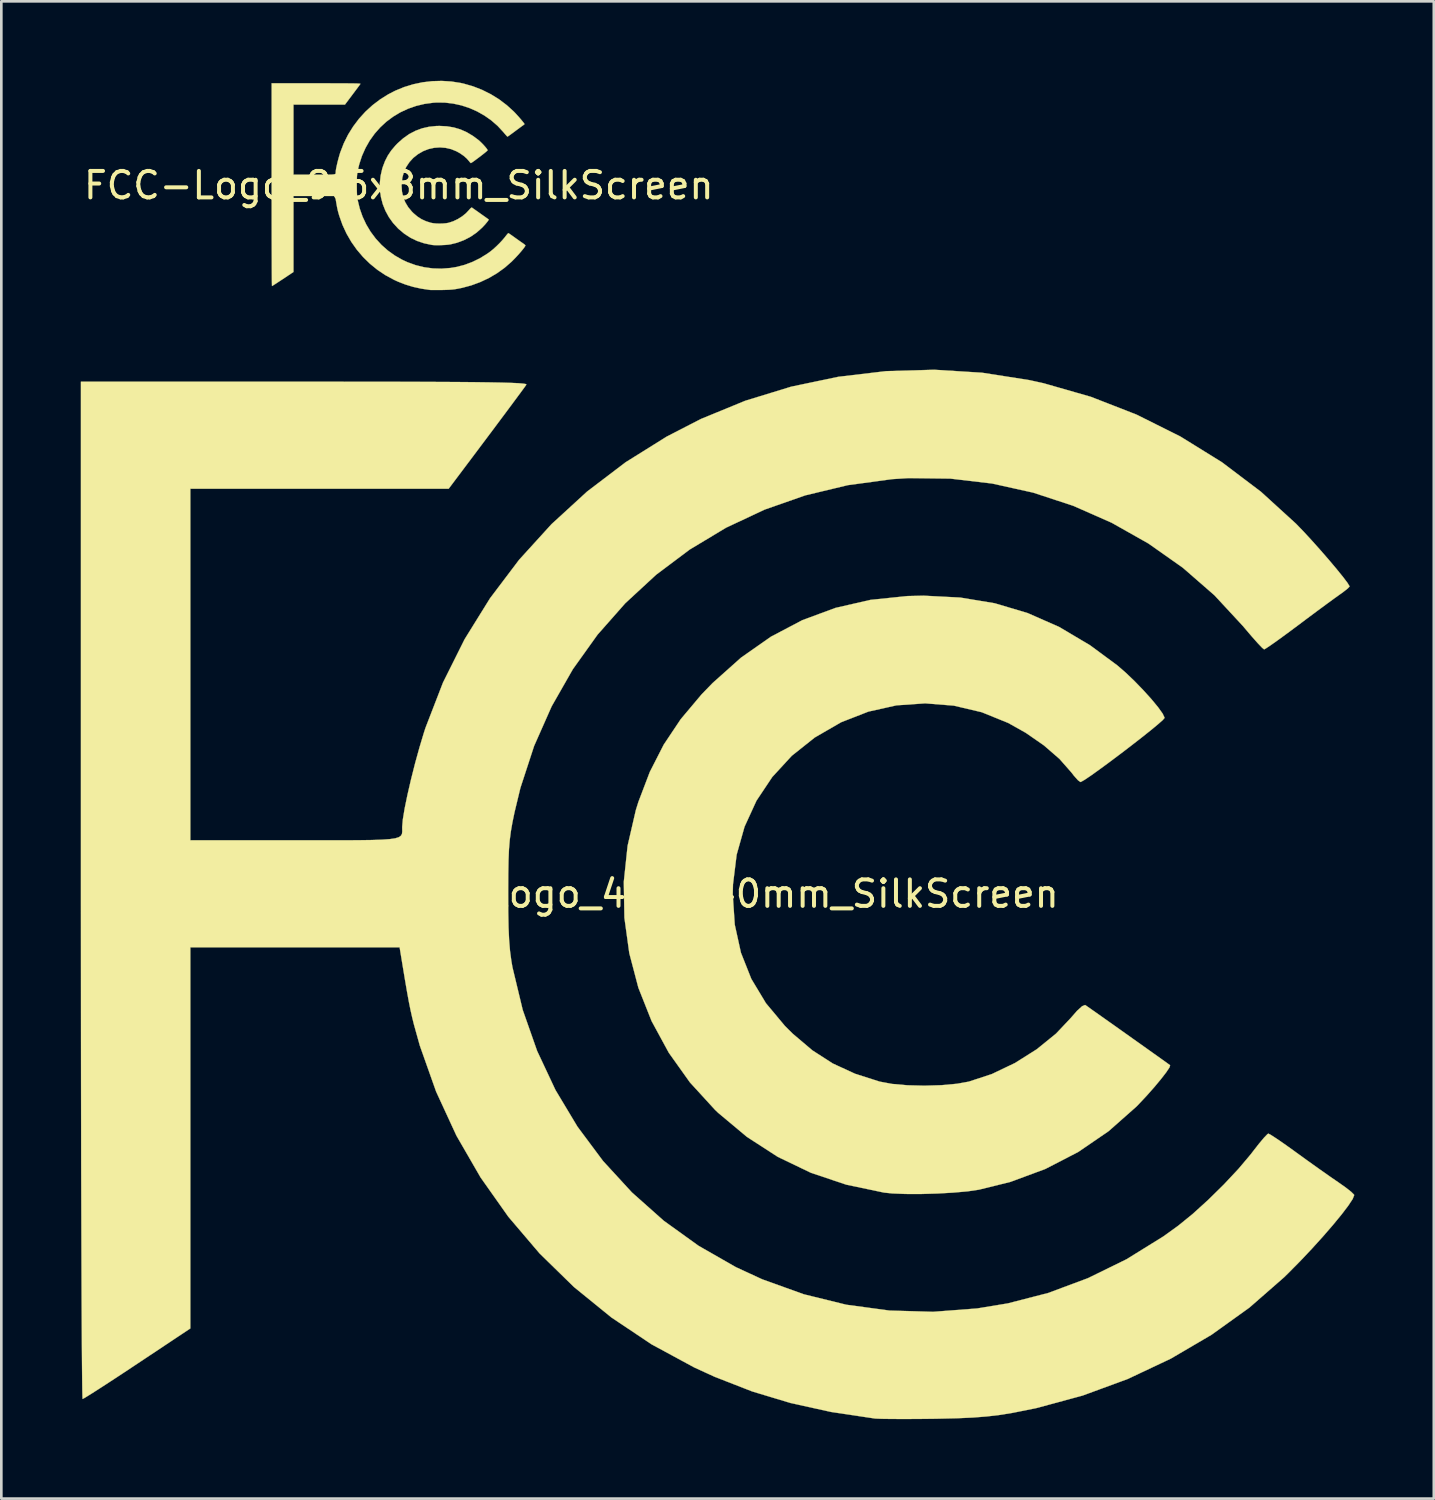
<source format=kicad_pcb>
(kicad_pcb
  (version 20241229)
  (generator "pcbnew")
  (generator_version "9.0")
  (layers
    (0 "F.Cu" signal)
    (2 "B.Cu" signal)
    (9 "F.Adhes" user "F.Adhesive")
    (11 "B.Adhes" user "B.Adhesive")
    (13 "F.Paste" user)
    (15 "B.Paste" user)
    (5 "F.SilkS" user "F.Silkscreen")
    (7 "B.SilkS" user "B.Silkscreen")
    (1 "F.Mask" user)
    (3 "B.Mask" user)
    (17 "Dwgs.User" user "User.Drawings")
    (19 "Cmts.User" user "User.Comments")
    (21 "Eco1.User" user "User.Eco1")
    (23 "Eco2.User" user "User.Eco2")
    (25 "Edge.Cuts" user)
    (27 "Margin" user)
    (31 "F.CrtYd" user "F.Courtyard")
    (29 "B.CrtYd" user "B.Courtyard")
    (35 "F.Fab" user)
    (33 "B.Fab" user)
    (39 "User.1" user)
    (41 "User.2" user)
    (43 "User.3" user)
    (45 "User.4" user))
  (footprint "FCC-Logo_9.6x8mm_SilkScreen"
    (layer "F.Cu")
    (at 12.006 3.948)
    (property "Reference" "FCC-Logo_9.6x8mm_SilkScreen" (at 0 0 0) (layer "F.SilkS") (effects (font (size 1 1) (thickness 0.15))))
    (attr exclude_from_pos_files exclude_from_bom allow_missing_courtyard)
    (fp_poly (pts (xy 1.817 -2.229) (xy 2.077 -2.186) (xy 2.324 -2.113) (xy 2.562 -2.008) (xy 2.794 -1.87) (xy 2.999 -1.719) (xy 3.061 -1.665) (xy 3.128 -1.601) (xy 3.194 -1.533) (xy 3.255 -1.465) (xy 3.305 -1.405) (xy 3.34 -1.356) (xy 3.354 -1.326) (xy 3.355 -1.324) (xy 3.341 -1.308) (xy 3.304 -1.275) (xy 3.249 -1.229) (xy 3.18 -1.174) (xy 3.102 -1.114) (xy 3.02 -1.051) (xy 2.939 -0.991) (xy 2.865 -0.936) (xy 2.801 -0.89) (xy 2.752 -0.858) (xy 2.725 -0.842) (xy 2.721 -0.841) (xy 2.703 -0.854) (xy 2.673 -0.888) (xy 2.654 -0.913) (xy 2.564 -1.015) (xy 2.447 -1.117) (xy 2.31 -1.212) (xy 2.179 -1.285) (xy 1.978 -1.367) (xy 1.768 -1.416) (xy 1.553 -1.433) (xy 1.337 -1.418) (xy 1.126 -1.371) (xy 0.922 -1.292) (xy 0.921 -1.291) (xy 0.722 -1.176) (xy 0.549 -1.039) (xy 0.403 -0.879) (xy 0.284 -0.701) (xy 0.194 -0.505) (xy 0.135 -0.295) (xy 0.107 -0.071) (xy 0.105 0.005) (xy 0.12 0.232) (xy 0.167 0.443) (xy 0.245 0.64) (xy 0.355 0.823) (xy 0.498 0.995) (xy 0.557 1.053) (xy 0.705 1.178) (xy 0.858 1.277) (xy 1.026 1.354) (xy 1.211 1.413) (xy 1.304 1.43) (xy 1.42 1.441) (xy 1.547 1.444) (xy 1.675 1.44) (xy 1.793 1.429) (xy 1.881 1.413) (xy 2.056 1.356) (xy 2.229 1.273) (xy 2.393 1.17) (xy 2.538 1.052) (xy 2.647 0.936) (xy 2.696 0.88) (xy 2.734 0.846) (xy 2.757 0.836) (xy 2.758 0.837) (xy 2.776 0.849) (xy 2.817 0.879) (xy 2.877 0.921) (xy 2.95 0.972) (xy 3.03 1.029) (xy 3.114 1.089) (xy 3.196 1.147) (xy 3.27 1.199) (xy 3.331 1.243) (xy 3.375 1.274) (xy 3.396 1.29) (xy 3.396 1.29) (xy 3.391 1.307) (xy 3.367 1.343) (xy 3.327 1.395) (xy 3.277 1.455) (xy 3.22 1.519) (xy 3.162 1.581) (xy 3.142 1.601) (xy 2.934 1.786) (xy 2.705 1.943) (xy 2.457 2.07) (xy 2.194 2.168) (xy 1.958 2.226) (xy 1.873 2.239) (xy 1.765 2.249) (xy 1.645 2.255) (xy 1.522 2.259) (xy 1.405 2.259) (xy 1.306 2.255) (xy 1.244 2.248) (xy 0.959 2.188) (xy 0.693 2.099) (xy 0.444 1.979) (xy 0.212 1.829) (xy -0.005 1.648) (xy -0.029 1.625) (xy -0.217 1.419) (xy -0.376 1.196) (xy -0.505 0.958) (xy -0.605 0.707) (xy -0.673 0.447) (xy -0.71 0.18) (xy -0.715 -0.09) (xy -0.686 -0.361) (xy -0.624 -0.631) (xy -0.605 -0.691) (xy -0.519 -0.917) (xy -0.414 -1.123) (xy -0.286 -1.314) (xy -0.13 -1.499) (xy -0.046 -1.587) (xy 0.168 -1.777) (xy 0.392 -1.935) (xy 0.629 -2.059) (xy 0.878 -2.152) (xy 1.142 -2.212) (xy 1.42 -2.241) (xy 1.542 -2.243) (xy 1.817 -2.229)) (stroke (width 0.01) (type solid)) (fill yes) (layer "F.SilkS"))
    (fp_poly (pts (xy 1.982 -3.921) (xy 2.336 -3.866) (xy 2.444 -3.842) (xy 2.8 -3.74) (xy 3.144 -3.606) (xy 3.474 -3.441) (xy 3.787 -3.247) (xy 4.08 -3.025) (xy 4.344 -2.785) (xy 4.4 -2.727) (xy 4.463 -2.658) (xy 4.529 -2.585) (xy 4.593 -2.511) (xy 4.651 -2.442) (xy 4.699 -2.383) (xy 4.732 -2.339) (xy 4.746 -2.314) (xy 4.747 -2.312) (xy 4.733 -2.298) (xy 4.7 -2.272) (xy 4.672 -2.252) (xy 4.633 -2.224) (xy 4.573 -2.18) (xy 4.497 -2.124) (xy 4.414 -2.062) (xy 4.358 -2.02) (xy 4.278 -1.961) (xy 4.208 -1.91) (xy 4.152 -1.87) (xy 4.116 -1.846) (xy 4.104 -1.839) (xy 4.088 -1.852) (xy 4.055 -1.887) (xy 4.009 -1.939) (xy 3.955 -2.003) (xy 3.944 -2.016) (xy 3.73 -2.247) (xy 3.492 -2.454) (xy 3.233 -2.636) (xy 2.957 -2.792) (xy 2.667 -2.92) (xy 2.366 -3.019) (xy 2.056 -3.087) (xy 1.743 -3.124) (xy 1.427 -3.128) (xy 1.304 -3.12) (xy 0.971 -3.075) (xy 0.65 -2.998) (xy 0.344 -2.891) (xy 0.054 -2.755) (xy -0.218 -2.591) (xy -0.471 -2.402) (xy -0.703 -2.187) (xy -0.912 -1.95) (xy -1.098 -1.691) (xy -1.257 -1.411) (xy -1.39 -1.113) (xy -1.493 -0.797) (xy -1.537 -0.614) (xy -1.553 -0.537) (xy -1.565 -0.47) (xy -1.573 -0.405) (xy -1.579 -0.335) (xy -1.582 -0.252) (xy -1.584 -0.15) (xy -1.585 -0.021) (xy -1.585 -0.009) (xy -1.584 0.136) (xy -1.582 0.253) (xy -1.578 0.349) (xy -1.571 0.43) (xy -1.561 0.504) (xy -1.553 0.552) (xy -1.475 0.874) (xy -1.367 1.182) (xy -1.229 1.476) (xy -1.063 1.753) (xy -0.871 2.01) (xy -0.654 2.247) (xy -0.414 2.46) (xy -0.152 2.648) (xy 0.129 2.809) (xy 0.327 2.901) (xy 0.64 3.014) (xy 0.96 3.092) (xy 1.285 3.136) (xy 1.613 3.145) (xy 1.944 3.12) (xy 2.175 3.082) (xy 2.479 3.004) (xy 2.778 2.892) (xy 3.069 2.75) (xy 3.345 2.578) (xy 3.457 2.498) (xy 3.565 2.41) (xy 3.683 2.303) (xy 3.801 2.187) (xy 3.91 2.07) (xy 4.002 1.962) (xy 4.021 1.937) (xy 4.066 1.879) (xy 4.103 1.835) (xy 4.129 1.808) (xy 4.136 1.804) (xy 4.155 1.814) (xy 4.196 1.841) (xy 4.254 1.881) (xy 4.324 1.931) (xy 4.349 1.949) (xy 4.434 2.01) (xy 4.521 2.072) (xy 4.6 2.128) (xy 4.661 2.17) (xy 4.664 2.172) (xy 4.719 2.211) (xy 4.76 2.243) (xy 4.78 2.264) (xy 4.782 2.267) (xy 4.77 2.296) (xy 4.738 2.345) (xy 4.687 2.412) (xy 4.622 2.491) (xy 4.546 2.579) (xy 4.463 2.671) (xy 4.375 2.764) (xy 4.286 2.854) (xy 4.255 2.885) (xy 3.993 3.113) (xy 3.708 3.318) (xy 3.401 3.498) (xy 3.077 3.651) (xy 2.738 3.776) (xy 2.388 3.87) (xy 2.207 3.906) (xy 2.112 3.922) (xy 2.017 3.933) (xy 1.913 3.941) (xy 1.792 3.946) (xy 1.646 3.95) (xy 1.612 3.95) (xy 1.496 3.951) (xy 1.389 3.952) (xy 1.297 3.952) (xy 1.225 3.951) (xy 1.181 3.949) (xy 1.174 3.948) (xy 0.845 3.899) (xy 0.541 3.832) (xy 0.251 3.744) (xy -0.03 3.635) (xy -0.184 3.564) (xy -0.506 3.39) (xy -0.808 3.188) (xy -1.089 2.959) (xy -1.348 2.706) (xy -1.583 2.43) (xy -1.792 2.134) (xy -1.974 1.82) (xy -2.127 1.489) (xy -2.249 1.143) (xy -2.295 0.981) (xy -2.307 0.929) (xy -2.32 0.874) (xy -2.332 0.812) (xy -2.346 0.735) (xy -2.363 0.639) (xy -2.383 0.516) (xy -2.392 0.46) (xy -2.401 0.403) (xy -3.976 0.403) (xy -3.976 3.27) (xy -4.375 3.536) (xy -4.48 3.605) (xy -4.576 3.668) (xy -4.658 3.722) (xy -4.724 3.763) (xy -4.768 3.791) (xy -4.787 3.801) (xy -4.787 3.801) (xy -4.788 3.784) (xy -4.789 3.733) (xy -4.791 3.651) (xy -4.792 3.538) (xy -4.793 3.396) (xy -4.794 3.228) (xy -4.795 3.034) (xy -4.795 2.816) (xy -4.796 2.575) (xy -4.797 2.314) (xy -4.798 2.034) (xy -4.798 1.736) (xy -4.799 1.422) (xy -4.799 1.093) (xy -4.799 0.752) (xy -4.8 0.4) (xy -4.8 0.038) (xy -4.8 -0.026) (xy -4.8 -3.854) (xy -3.117 -3.854) (xy -2.827 -3.854) (xy -2.571 -3.853) (xy -2.346 -3.853) (xy -2.15 -3.852) (xy -1.983 -3.851) (xy -1.842 -3.85) (xy -1.726 -3.849) (xy -1.633 -3.847) (xy -1.561 -3.845) (xy -1.508 -3.842) (xy -1.472 -3.839) (xy -1.453 -3.836) (xy -1.447 -3.832) (xy -1.448 -3.832) (xy -1.461 -3.813) (xy -1.493 -3.769) (xy -1.54 -3.705) (xy -1.6 -3.625) (xy -1.669 -3.533) (xy -1.745 -3.431) (xy -1.747 -3.429) (xy -2.033 -3.048) (xy -3.976 -3.048) (xy -3.976 -0.403) (xy -3.19 -0.403) (xy -3.001 -0.403) (xy -2.843 -0.403) (xy -2.715 -0.403) (xy -2.613 -0.405) (xy -2.534 -0.407) (xy -2.476 -0.412) (xy -2.434 -0.418) (xy -2.407 -0.426) (xy -2.391 -0.437) (xy -2.384 -0.452) (xy -2.382 -0.469) (xy -2.382 -0.491) (xy -2.382 -0.503) (xy -2.377 -0.56) (xy -2.364 -0.643) (xy -2.342 -0.745) (xy -2.316 -0.861) (xy -2.285 -0.982) (xy -2.252 -1.101) (xy -2.219 -1.213) (xy -2.207 -1.25) (xy -2.075 -1.59) (xy -1.913 -1.916) (xy -1.721 -2.224) (xy -1.503 -2.513) (xy -1.259 -2.782) (xy -0.991 -3.027) (xy -0.701 -3.247) (xy -0.391 -3.441) (xy -0.134 -3.573) (xy 0.199 -3.71) (xy 0.545 -3.816) (xy 0.9 -3.891) (xy 1.26 -3.933) (xy 1.622 -3.943) (xy 1.982 -3.921)) (stroke (width 0.01) (type solid)) (fill yes) (layer "F.SilkS")))
  (footprint "FCC-Logo_48.3x40mm_SilkScreen"
    (layer "F.Cu")
    (at 24.087 30.696)
    (property "Reference" "FCC-Logo_48.3x40mm_SilkScreen" (at 0 0 0) (layer "F.SilkS") (effects (font (size 1 1) (thickness 0.15))))
    (attr exclude_from_pos_files exclude_from_bom allow_missing_courtyard)
    (fp_poly (pts (xy 9.118 -11.185) (xy 10.421 -10.969) (xy 11.661 -10.6) (xy 12.855 -10.074) (xy 14.019 -9.383) (xy 15.046 -8.625) (xy 15.359 -8.354) (xy 15.695 -8.033) (xy 16.027 -7.69) (xy 16.332 -7.353) (xy 16.583 -7.049) (xy 16.758 -6.805) (xy 16.83 -6.651) (xy 16.831 -6.641) (xy 16.764 -6.561) (xy 16.579 -6.398) (xy 16.301 -6.168) (xy 15.954 -5.892) (xy 15.563 -5.588) (xy 15.153 -5.275) (xy 14.748 -4.971) (xy 14.372 -4.695) (xy 14.052 -4.466) (xy 13.81 -4.303) (xy 13.672 -4.225) (xy 13.654 -4.221) (xy 13.563 -4.287) (xy 13.413 -4.454) (xy 13.315 -4.581) (xy 12.863 -5.094) (xy 12.275 -5.604) (xy 11.59 -6.079) (xy 10.932 -6.449) (xy 9.926 -6.857) (xy 8.872 -7.105) (xy 7.793 -7.191) (xy 6.71 -7.116) (xy 5.648 -6.879) (xy 4.627 -6.481) (xy 4.618 -6.477) (xy 3.624 -5.902) (xy 2.756 -5.211) (xy 2.02 -4.411) (xy 1.423 -3.516) (xy 0.973 -2.534) (xy 0.675 -1.478) (xy 0.537 -0.357) (xy 0.528 0.027) (xy 0.604 1.165) (xy 0.837 2.224) (xy 1.228 3.21) (xy 1.781 4.13) (xy 2.499 4.99) (xy 2.792 5.281) (xy 3.536 5.911) (xy 4.306 6.407) (xy 5.15 6.795) (xy 6.075 7.09) (xy 6.541 7.177) (xy 7.123 7.228) (xy 7.763 7.244) (xy 8.406 7.225) (xy 8.995 7.171) (xy 9.439 7.091) (xy 10.314 6.803) (xy 11.184 6.387) (xy 12.005 5.869) (xy 12.735 5.276) (xy 13.281 4.698) (xy 13.527 4.417) (xy 13.717 4.244) (xy 13.83 4.197) (xy 13.837 4.2) (xy 13.927 4.262) (xy 14.135 4.408) (xy 14.434 4.619) (xy 14.799 4.877) (xy 15.205 5.165) (xy 15.624 5.463) (xy 16.033 5.753) (xy 16.404 6.017) (xy 16.713 6.237) (xy 16.933 6.394) (xy 17.038 6.47) (xy 17.041 6.473) (xy 17.016 6.556) (xy 16.892 6.741) (xy 16.693 6.998) (xy 16.441 7.301) (xy 16.157 7.622) (xy 15.865 7.933) (xy 15.767 8.034) (xy 14.72 8.96) (xy 13.57 9.747) (xy 12.33 10.388) (xy 11.009 10.877) (xy 9.822 11.17) (xy 9.396 11.233) (xy 8.856 11.281) (xy 8.253 11.315) (xy 7.635 11.333) (xy 7.052 11.332) (xy 6.553 11.312) (xy 6.24 11.28) (xy 4.812 10.98) (xy 3.476 10.531) (xy 2.228 9.931) (xy 1.064 9.178) (xy -0.023 8.269) (xy -0.145 8.152) (xy -1.087 7.122) (xy -1.886 6.001) (xy -2.536 4.805) (xy -3.035 3.547) (xy -3.378 2.242) (xy -3.563 0.904) (xy -3.586 -0.452) (xy -3.442 -1.814) (xy -3.13 -3.165) (xy -3.035 -3.469) (xy -2.603 -4.603) (xy -2.078 -5.632) (xy -1.436 -6.593) (xy -0.654 -7.523) (xy -0.231 -7.96) (xy 0.841 -8.917) (xy 1.968 -9.707) (xy 3.155 -10.332) (xy 4.407 -10.795) (xy 5.728 -11.098) (xy 7.124 -11.242) (xy 7.734 -11.256) (xy 9.118 -11.185)) (stroke (width 0.01) (type solid)) (fill yes) (layer "F.SilkS"))
    (fp_poly (pts (xy 9.942 -19.674) (xy 11.72 -19.396) (xy 12.261 -19.277) (xy 14.047 -18.765) (xy 15.774 -18.092) (xy 17.428 -17.266) (xy 18.998 -16.293) (xy 20.47 -15.18) (xy 21.794 -13.973) (xy 22.076 -13.681) (xy 22.392 -13.338) (xy 22.722 -12.969) (xy 23.043 -12.599) (xy 23.334 -12.253) (xy 23.574 -11.957) (xy 23.741 -11.735) (xy 23.815 -11.612) (xy 23.816 -11.602) (xy 23.749 -11.531) (xy 23.58 -11.397) (xy 23.443 -11.299) (xy 23.246 -11.158) (xy 22.942 -10.936) (xy 22.564 -10.657) (xy 22.144 -10.344) (xy 21.865 -10.134) (xy 21.465 -9.837) (xy 21.114 -9.581) (xy 20.834 -9.383) (xy 20.651 -9.261) (xy 20.59 -9.228) (xy 20.512 -9.292) (xy 20.345 -9.467) (xy 20.114 -9.728) (xy 19.841 -10.049) (xy 19.788 -10.112) (xy 18.713 -11.272) (xy 17.519 -12.312) (xy 16.222 -13.226) (xy 14.837 -14.008) (xy 13.381 -14.65) (xy 11.869 -15.147) (xy 10.318 -15.491) (xy 8.743 -15.676) (xy 7.16 -15.695) (xy 6.543 -15.656) (xy 4.871 -15.429) (xy 3.263 -15.043) (xy 1.728 -14.505) (xy 0.273 -13.822) (xy -1.093 -13.001) (xy -2.362 -12.049) (xy -3.527 -10.974) (xy -4.578 -9.783) (xy -5.508 -8.482) (xy -6.309 -7.079) (xy -6.972 -5.582) (xy -7.49 -3.997) (xy -7.711 -3.081) (xy -7.791 -2.694) (xy -7.85 -2.356) (xy -7.892 -2.03) (xy -7.921 -1.679) (xy -7.938 -1.265) (xy -7.947 -0.754) (xy -7.95 -0.106) (xy -7.95 -0.044) (xy -7.948 0.684) (xy -7.937 1.271) (xy -7.915 1.751) (xy -7.881 2.159) (xy -7.831 2.53) (xy -7.79 2.769) (xy -7.402 4.383) (xy -6.858 5.932) (xy -6.166 7.406) (xy -5.333 8.794) (xy -4.369 10.087) (xy -3.28 11.273) (xy -2.076 12.344) (xy -0.764 13.288) (xy 0.648 14.096) (xy 1.64 14.554) (xy 3.213 15.12) (xy 4.816 15.514) (xy 6.445 15.734) (xy 8.093 15.781) (xy 9.755 15.654) (xy 10.913 15.463) (xy 12.438 15.07) (xy 13.94 14.51) (xy 15.396 13.796) (xy 16.784 12.936) (xy 17.343 12.533) (xy 17.887 12.091) (xy 18.477 11.556) (xy 19.069 10.974) (xy 19.618 10.388) (xy 20.077 9.844) (xy 20.175 9.717) (xy 20.399 9.43) (xy 20.588 9.205) (xy 20.716 9.073) (xy 20.75 9.053) (xy 20.844 9.102) (xy 21.052 9.237) (xy 21.346 9.439) (xy 21.697 9.689) (xy 21.819 9.778) (xy 22.245 10.086) (xy 22.681 10.397) (xy 23.078 10.676) (xy 23.386 10.888) (xy 23.401 10.898) (xy 23.675 11.092) (xy 23.881 11.255) (xy 23.985 11.359) (xy 23.991 11.374) (xy 23.935 11.519) (xy 23.771 11.768) (xy 23.518 12.101) (xy 23.192 12.498) (xy 22.811 12.938) (xy 22.391 13.402) (xy 21.951 13.868) (xy 21.506 14.318) (xy 21.347 14.474) (xy 20.035 15.621) (xy 18.602 16.649) (xy 17.065 17.55) (xy 15.438 18.318) (xy 13.737 18.943) (xy 11.979 19.419) (xy 11.074 19.6) (xy 10.597 19.676) (xy 10.118 19.732) (xy 9.597 19.773) (xy 8.991 19.8) (xy 8.26 19.817) (xy 8.086 19.82) (xy 7.507 19.826) (xy 6.97 19.828) (xy 6.507 19.826) (xy 6.147 19.821) (xy 5.924 19.812) (xy 5.889 19.809) (xy 4.241 19.562) (xy 2.712 19.225) (xy 1.261 18.787) (xy -0.15 18.237) (xy -0.923 17.883) (xy -2.537 17.009) (xy -4.054 15.994) (xy -5.466 14.846) (xy -6.765 13.577) (xy -7.943 12.194) (xy -8.992 10.709) (xy -9.904 9.131) (xy -10.671 7.469) (xy -11.286 5.733) (xy -11.512 4.922) (xy -11.577 4.659) (xy -11.638 4.387) (xy -11.701 4.074) (xy -11.771 3.69) (xy -11.854 3.205) (xy -11.956 2.588) (xy -12.002 2.307) (xy -12.049 2.021) (xy -19.951 2.021) (xy -19.951 16.409) (xy -21.952 17.74) (xy -22.48 18.09) (xy -22.96 18.405) (xy -23.373 18.673) (xy -23.7 18.882) (xy -23.921 19.019) (xy -24.016 19.072) (xy -24.018 19.072) (xy -24.024 18.985) (xy -24.03 18.731) (xy -24.035 18.317) (xy -24.041 17.751) (xy -24.046 17.041) (xy -24.051 16.195) (xy -24.056 15.22) (xy -24.06 14.126) (xy -24.064 12.92) (xy -24.068 11.61) (xy -24.072 10.203) (xy -24.074 8.708) (xy -24.077 7.133) (xy -24.079 5.486) (xy -24.08 3.775) (xy -24.081 2.007) (xy -24.082 0.19) (xy -24.082 -0.132) (xy -24.082 -19.336) (xy -15.639 -19.336) (xy -14.185 -19.335) (xy -12.898 -19.334) (xy -11.769 -19.332) (xy -10.789 -19.328) (xy -9.951 -19.324) (xy -9.244 -19.318) (xy -8.661 -19.31) (xy -8.193 -19.301) (xy -7.83 -19.29) (xy -7.564 -19.278) (xy -7.387 -19.263) (xy -7.289 -19.247) (xy -7.262 -19.228) (xy -7.263 -19.226) (xy -7.331 -19.129) (xy -7.491 -18.911) (xy -7.728 -18.591) (xy -8.027 -18.189) (xy -8.374 -17.724) (xy -8.754 -17.216) (xy -8.763 -17.204) (xy -10.198 -15.293) (xy -19.951 -15.293) (xy -19.951 -2.021) (xy -16.005 -2.021) (xy -15.055 -2.021) (xy -14.266 -2.021) (xy -13.623 -2.024) (xy -13.111 -2.031) (xy -12.715 -2.044) (xy -12.421 -2.065) (xy -12.213 -2.096) (xy -12.077 -2.139) (xy -11.998 -2.195) (xy -11.96 -2.266) (xy -11.95 -2.355) (xy -11.952 -2.462) (xy -11.953 -2.523) (xy -11.928 -2.808) (xy -11.859 -3.225) (xy -11.753 -3.74) (xy -11.619 -4.319) (xy -11.466 -4.926) (xy -11.3 -5.526) (xy -11.132 -6.085) (xy -11.072 -6.269) (xy -10.411 -7.978) (xy -9.596 -9.611) (xy -8.636 -11.158) (xy -7.539 -12.61) (xy -6.315 -13.956) (xy -4.972 -15.187) (xy -3.518 -16.293) (xy -1.963 -17.264) (xy -0.673 -17.928) (xy 0.999 -18.615) (xy 2.734 -19.147) (xy 4.514 -19.52) (xy 6.321 -19.734) (xy 8.136 -19.786) (xy 9.942 -19.674)) (stroke (width 0.01) (type solid)) (fill yes) (layer "F.SilkS")))
  (gr_rect
    (start -3 -3)
    (end 51.083 53.529)
    (stroke (width 0.1) (type default))
    (fill no)
    (layer "Edge.Cuts")))
</source>
